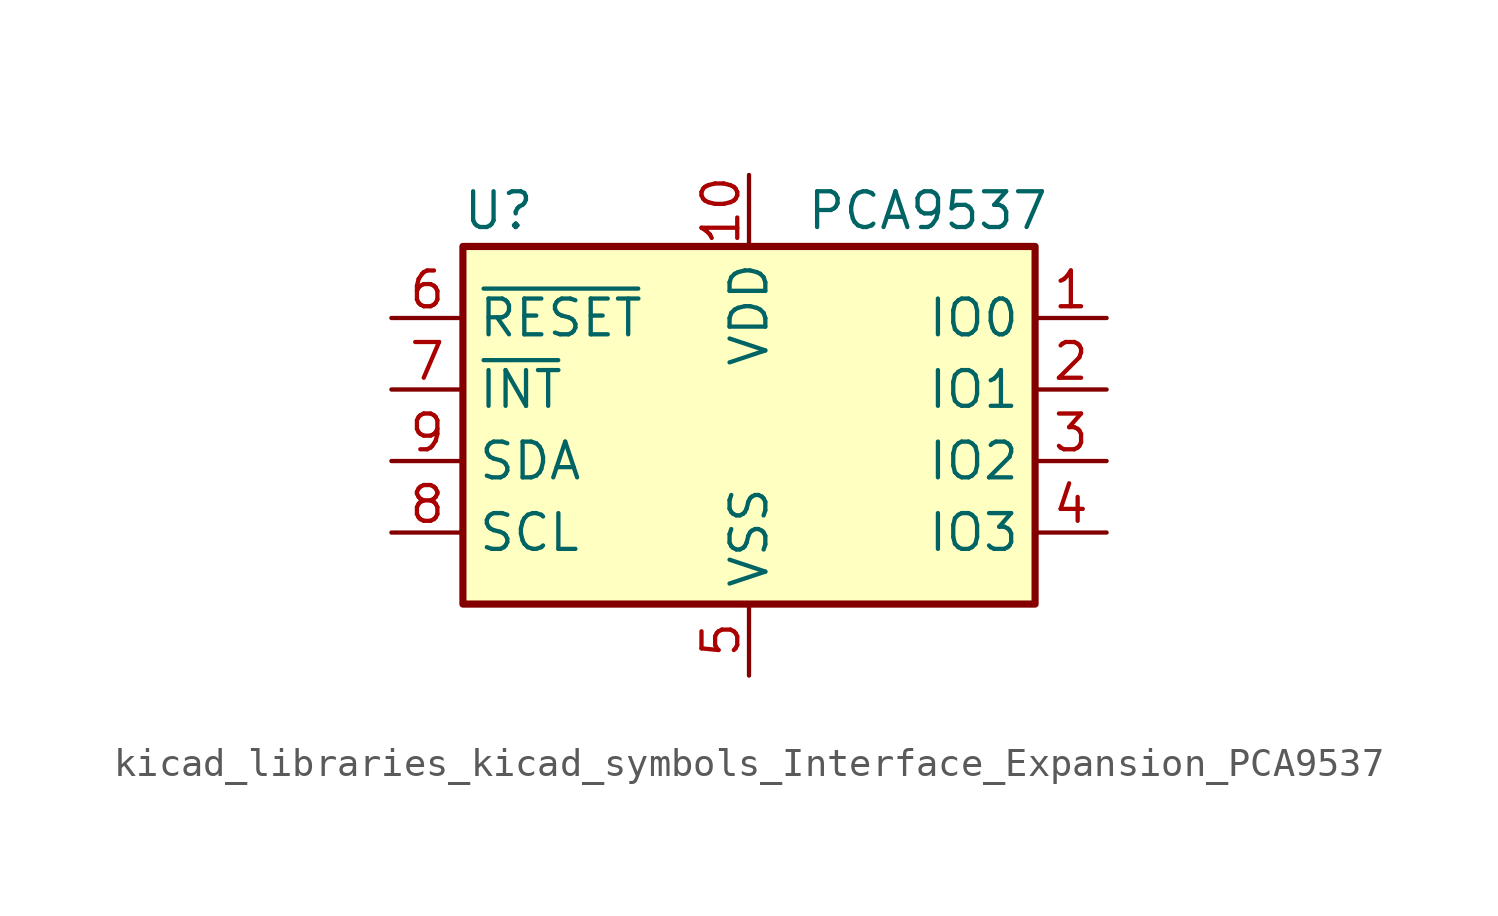
<source format=kicad_sym>
(kicad_symbol_lib
  (version 20220914)
  (generator kicad_symbol_editor)
  (symbol "kicad_libraries_kicad_symbols_Interface_Expansion_PCA9537"
    (property "Reference" "U"
      (at -8.89 6.35 0)
      (effects (font (size 1.27 1.27))))
    (property "Value" "PCA9537"
      (at 6.35 6.35 0)
      (effects (font (size 1.27 1.27))))
    (symbol "kicad_libraries_kicad_symbols_Interface_Expansion_PCA9537_0_1"
      (rectangle (start -10.16 5.08) (end 10.16 -7.62) (stroke (width 0.254) (type default)) (fill (type background))))
    (symbol "kicad_libraries_kicad_symbols_Interface_Expansion_PCA9537_1_1"
      (pin bidirectional line (at 12.7 2.54 180) (length 2.54) (name "IO0" (effects (font (size 1.27 1.27)))) (number "1" (effects (font (size 1.27 1.27)))))
      (pin power_in line (at 0 7.62 270) (length 2.54) (name "VDD" (effects (font (size 1.27 1.27)))) (number "10" (effects (font (size 1.27 1.27)))))
      (pin bidirectional line (at 12.7 0 180) (length 2.54) (name "IO1" (effects (font (size 1.27 1.27)))) (number "2" (effects (font (size 1.27 1.27)))))
      (pin bidirectional line (at 12.7 -2.54 180) (length 2.54) (name "IO2" (effects (font (size 1.27 1.27)))) (number "3" (effects (font (size 1.27 1.27)))))
      (pin bidirectional line (at 12.7 -5.08 180) (length 2.54) (name "IO3" (effects (font (size 1.27 1.27)))) (number "4" (effects (font (size 1.27 1.27)))))
      (pin power_in line (at 0 -10.16 90) (length 2.54) (name "VSS" (effects (font (size 1.27 1.27)))) (number "5" (effects (font (size 1.27 1.27)))))
      (pin input line (at -12.7 2.54 0) (length 2.54) (name "~{RESET}" (effects (font (size 1.27 1.27)))) (number "6" (effects (font (size 1.27 1.27)))))
      (pin open_collector line (at -12.7 0 0) (length 2.54) (name "~{INT}" (effects (font (size 1.27 1.27)))) (number "7" (effects (font (size 1.27 1.27)))))
      (pin input line (at -12.7 -5.08 0) (length 2.54) (name "SCL" (effects (font (size 1.27 1.27)))) (number "8" (effects (font (size 1.27 1.27)))))
      (pin bidirectional line (at -12.7 -2.54 0) (length 2.54) (name "SDA" (effects (font (size 1.27 1.27)))) (number "9" (effects (font (size 1.27 1.27))))))))
</source>
